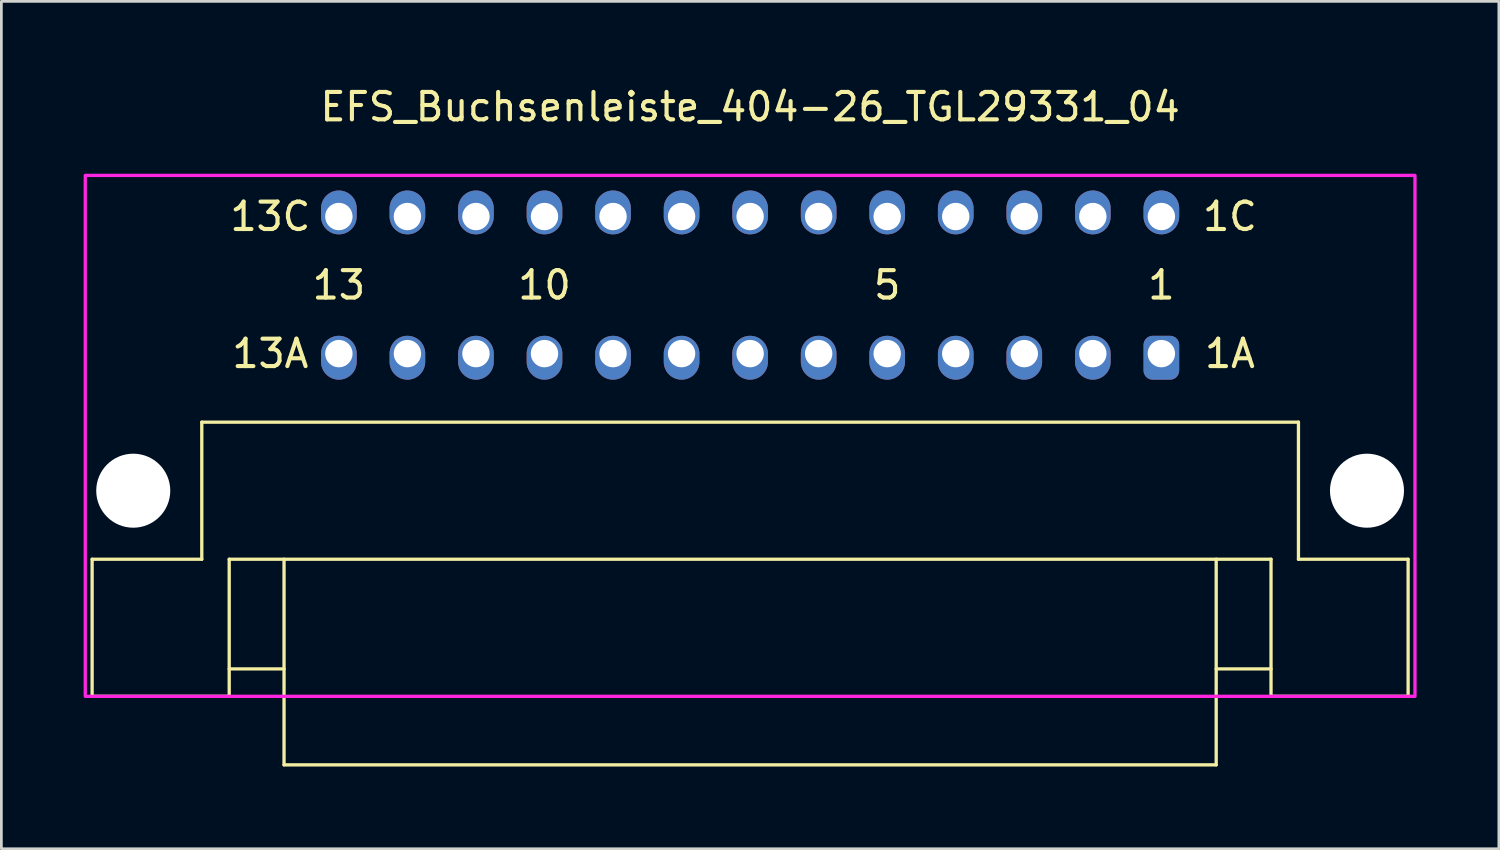
<source format=kicad_pcb>
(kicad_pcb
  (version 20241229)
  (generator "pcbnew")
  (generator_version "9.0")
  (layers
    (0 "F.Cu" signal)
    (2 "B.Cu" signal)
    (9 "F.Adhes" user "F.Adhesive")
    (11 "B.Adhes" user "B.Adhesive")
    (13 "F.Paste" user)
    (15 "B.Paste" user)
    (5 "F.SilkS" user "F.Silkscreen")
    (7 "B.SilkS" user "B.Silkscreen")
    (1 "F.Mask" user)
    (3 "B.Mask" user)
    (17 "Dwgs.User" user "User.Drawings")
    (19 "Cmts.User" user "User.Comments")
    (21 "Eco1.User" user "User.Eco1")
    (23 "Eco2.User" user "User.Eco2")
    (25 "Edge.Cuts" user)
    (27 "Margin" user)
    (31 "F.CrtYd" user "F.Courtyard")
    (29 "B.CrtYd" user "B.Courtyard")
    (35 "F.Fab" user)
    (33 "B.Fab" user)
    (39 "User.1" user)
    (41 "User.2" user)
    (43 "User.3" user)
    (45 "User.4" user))
  (footprint "EFS_Buchsenleiste_404-26_TGL29331_04"
    (layer "F.Cu")
    (at 24.31 22.348)
    (property "Reference" "EFS_Buchsenleiste_404-26_TGL29331_04" (at 0 -21.5 0) (layer "F.SilkS") (effects (font (size 1 1) (thickness 0.15))))
    (attr through_hole)
    (fp_line (start -24 -5) (end -24 0) (stroke (width 0.12) (type solid)) (layer "F.SilkS"))
    (fp_line (start -24 -5) (end -20 -5) (stroke (width 0.12) (type solid)) (layer "F.SilkS"))
    (fp_line (start -24 0) (end -19 0) (stroke (width 0.12) (type solid)) (layer "F.SilkS"))
    (fp_line (start -20 -10) (end -20 -5) (stroke (width 0.12) (type solid)) (layer "F.SilkS"))
    (fp_line (start -19 -5) (end -19 0) (stroke (width 0.12) (type solid)) (layer "F.SilkS"))
    (fp_line (start -19 -5) (end 19 -5) (stroke (width 0.12) (type solid)) (layer "F.SilkS"))
    (fp_line (start -17 -1) (end -19 -1) (stroke (width 0.12) (type solid)) (layer "F.SilkS"))
    (fp_line (start -17 2.5) (end -17 -5) (stroke (width 0.12) (type solid)) (layer "F.SilkS"))
    (fp_line (start -17 2.5) (end 17 2.5) (stroke (width 0.12) (type solid)) (layer "F.SilkS"))
    (fp_line (start 17 2.5) (end 17 -5) (stroke (width 0.12) (type solid)) (layer "F.SilkS"))
    (fp_line (start 19 -5) (end 19 0) (stroke (width 0.12) (type solid)) (layer "F.SilkS"))
    (fp_line (start 19 -1) (end 17 -1) (stroke (width 0.12) (type solid)) (layer "F.SilkS"))
    (fp_line (start 19 0) (end 24 0) (stroke (width 0.12) (type solid)) (layer "F.SilkS"))
    (fp_line (start 20 -10) (end -20 -10) (stroke (width 0.12) (type solid)) (layer "F.SilkS"))
    (fp_line (start 20 -10) (end 20 -5) (stroke (width 0.12) (type solid)) (layer "F.SilkS"))
    (fp_line (start 20 -5) (end 24 -5) (stroke (width 0.12) (type solid)) (layer "F.SilkS"))
    (fp_line (start 24 -5) (end 24 0) (stroke (width 0.12) (type solid)) (layer "F.SilkS"))
    (fp_rect (start -24.25 -19) (end 24.25 0) (stroke (width 0.12) (type solid)) (fill no) (layer "F.CrtYd"))
    (fp_text user "13A" (at -17.5 -12.5 180) (layer "F.SilkS") (effects (font (size 1 1) (thickness 0.15))))
    (fp_text user "13" (at -15 -15 180) (layer "F.SilkS") (effects (font (size 1 1) (thickness 0.15))))
    (fp_text user "13C" (at -17.5 -17.5 180) (layer "F.SilkS") (effects (font (size 1 1) (thickness 0.15))))
    (fp_text user "1A" (at 17.5 -12.5 180) (layer "F.SilkS") (effects (font (size 1 1) (thickness 0.15))))
    (fp_text user "1C" (at 17.5 -17.5 180) (layer "F.SilkS") (effects (font (size 1 1) (thickness 0.15))))
    (fp_text user "5" (at 5 -15 180) (layer "F.SilkS") (effects (font (size 1 1) (thickness 0.15))))
    (fp_text user "1" (at 15 -15 180) (layer "F.SilkS") (effects (font (size 1 1) (thickness 0.15))))
    (fp_text user "10" (at -7.5 -15 180) (layer "F.SilkS") (effects (font (size 1 1) (thickness 0.15))))
    (pad "" np_thru_hole circle (at -22.5 -7.5 180) (size 2.7 2.7) (drill 2.7) (layers "*.Cu" "*.Mask"))
    (pad "" np_thru_hole circle (at 22.5 -7.5 180) (size 2.7 2.7) (drill 2.7) (layers "*.Cu" "*.Mask"))
    (pad "1a" thru_hole roundrect (at 15 -12.5 180) (size 1.3 1.6) (drill 1 (offset 0 -0.15)) (layers "*.Cu" "*.Mask") (roundrect_rratio 0.25))
    (pad "1c" thru_hole oval (at 15 -17.5 180) (size 1.3 1.6) (drill 1 (offset 0 0.15)) (layers "*.Cu" "*.Mask"))
    (pad "2a" thru_hole oval (at 12.5 -12.5 180) (size 1.3 1.6) (drill 1 (offset 0 -0.15)) (layers "*.Cu" "*.Mask"))
    (pad "2c" thru_hole oval (at 12.5 -17.5 180) (size 1.3 1.6) (drill 1 (offset 0 0.15)) (layers "*.Cu" "*.Mask"))
    (pad "3a" thru_hole oval (at 10 -12.5 180) (size 1.3 1.6) (drill 1 (offset 0 -0.15)) (layers "*.Cu" "*.Mask"))
    (pad "3c" thru_hole oval (at 10 -17.5 180) (size 1.3 1.6) (drill 1 (offset 0 0.15)) (layers "*.Cu" "*.Mask"))
    (pad "4a" thru_hole oval (at 7.5 -12.5 180) (size 1.3 1.6) (drill 1 (offset 0 -0.15)) (layers "*.Cu" "*.Mask"))
    (pad "4c" thru_hole oval (at 7.5 -17.5 180) (size 1.3 1.6) (drill 1 (offset 0 0.15)) (layers "*.Cu" "*.Mask"))
    (pad "5a" thru_hole oval (at 5 -12.5 180) (size 1.3 1.6) (drill 1 (offset 0 -0.15)) (layers "*.Cu" "*.Mask"))
    (pad "5c" thru_hole oval (at 5 -17.5 180) (size 1.3 1.6) (drill 1 (offset 0 0.15)) (layers "*.Cu" "*.Mask"))
    (pad "6a" thru_hole oval (at 2.5 -12.5 180) (size 1.3 1.6) (drill 1 (offset 0 -0.15)) (layers "*.Cu" "*.Mask"))
    (pad "6c" thru_hole oval (at 2.5 -17.5 180) (size 1.3 1.6) (drill 1 (offset 0 0.15)) (layers "*.Cu" "*.Mask"))
    (pad "7a" thru_hole oval (at 0 -12.5 180) (size 1.3 1.6) (drill 1 (offset 0 -0.15)) (layers "*.Cu" "*.Mask"))
    (pad "7c" thru_hole oval (at 0 -17.5 180) (size 1.3 1.6) (drill 1 (offset 0 0.15)) (layers "*.Cu" "*.Mask"))
    (pad "8a" thru_hole oval (at -2.5 -12.5 180) (size 1.3 1.6) (drill 1 (offset 0 -0.15)) (layers "*.Cu" "*.Mask"))
    (pad "8c" thru_hole oval (at -2.5 -17.5 180) (size 1.3 1.6) (drill 1 (offset 0 0.15)) (layers "*.Cu" "*.Mask"))
    (pad "9a" thru_hole oval (at -5 -12.5 180) (size 1.3 1.6) (drill 1 (offset 0 -0.15)) (layers "*.Cu" "*.Mask"))
    (pad "9c" thru_hole oval (at -5 -17.5 180) (size 1.3 1.6) (drill 1 (offset 0 0.15)) (layers "*.Cu" "*.Mask"))
    (pad "10a" thru_hole oval (at -7.5 -12.5 180) (size 1.3 1.6) (drill 1 (offset 0 -0.15)) (layers "*.Cu" "*.Mask"))
    (pad "10c" thru_hole oval (at -7.5 -17.5 180) (size 1.3 1.6) (drill 1 (offset 0 0.15)) (layers "*.Cu" "*.Mask"))
    (pad "11a" thru_hole oval (at -10 -12.5 180) (size 1.3 1.6) (drill 1 (offset 0 -0.15)) (layers "*.Cu" "*.Mask"))
    (pad "11c" thru_hole oval (at -10 -17.5 180) (size 1.3 1.6) (drill 1 (offset 0 0.15)) (layers "*.Cu" "*.Mask"))
    (pad "12a" thru_hole oval (at -12.5 -12.5 180) (size 1.3 1.6) (drill 1 (offset 0 -0.15)) (layers "*.Cu" "*.Mask"))
    (pad "12c" thru_hole oval (at -12.5 -17.5 180) (size 1.3 1.6) (drill 1 (offset 0 0.15)) (layers "*.Cu" "*.Mask"))
    (pad "13a" thru_hole oval (at -15 -12.5 180) (size 1.3 1.6) (drill 1 (offset 0 -0.15)) (layers "*.Cu" "*.Mask"))
    (pad "13c" thru_hole oval (at -15 -17.5 180) (size 1.3 1.6) (drill 1 (offset 0 0.15)) (layers "*.Cu" "*.Mask")))
  (gr_rect
    (start -3 -3)
    (end 51.62 27.908)
    (stroke (width 0.1) (type default))
    (fill no)
    (layer "Edge.Cuts")))
</source>
